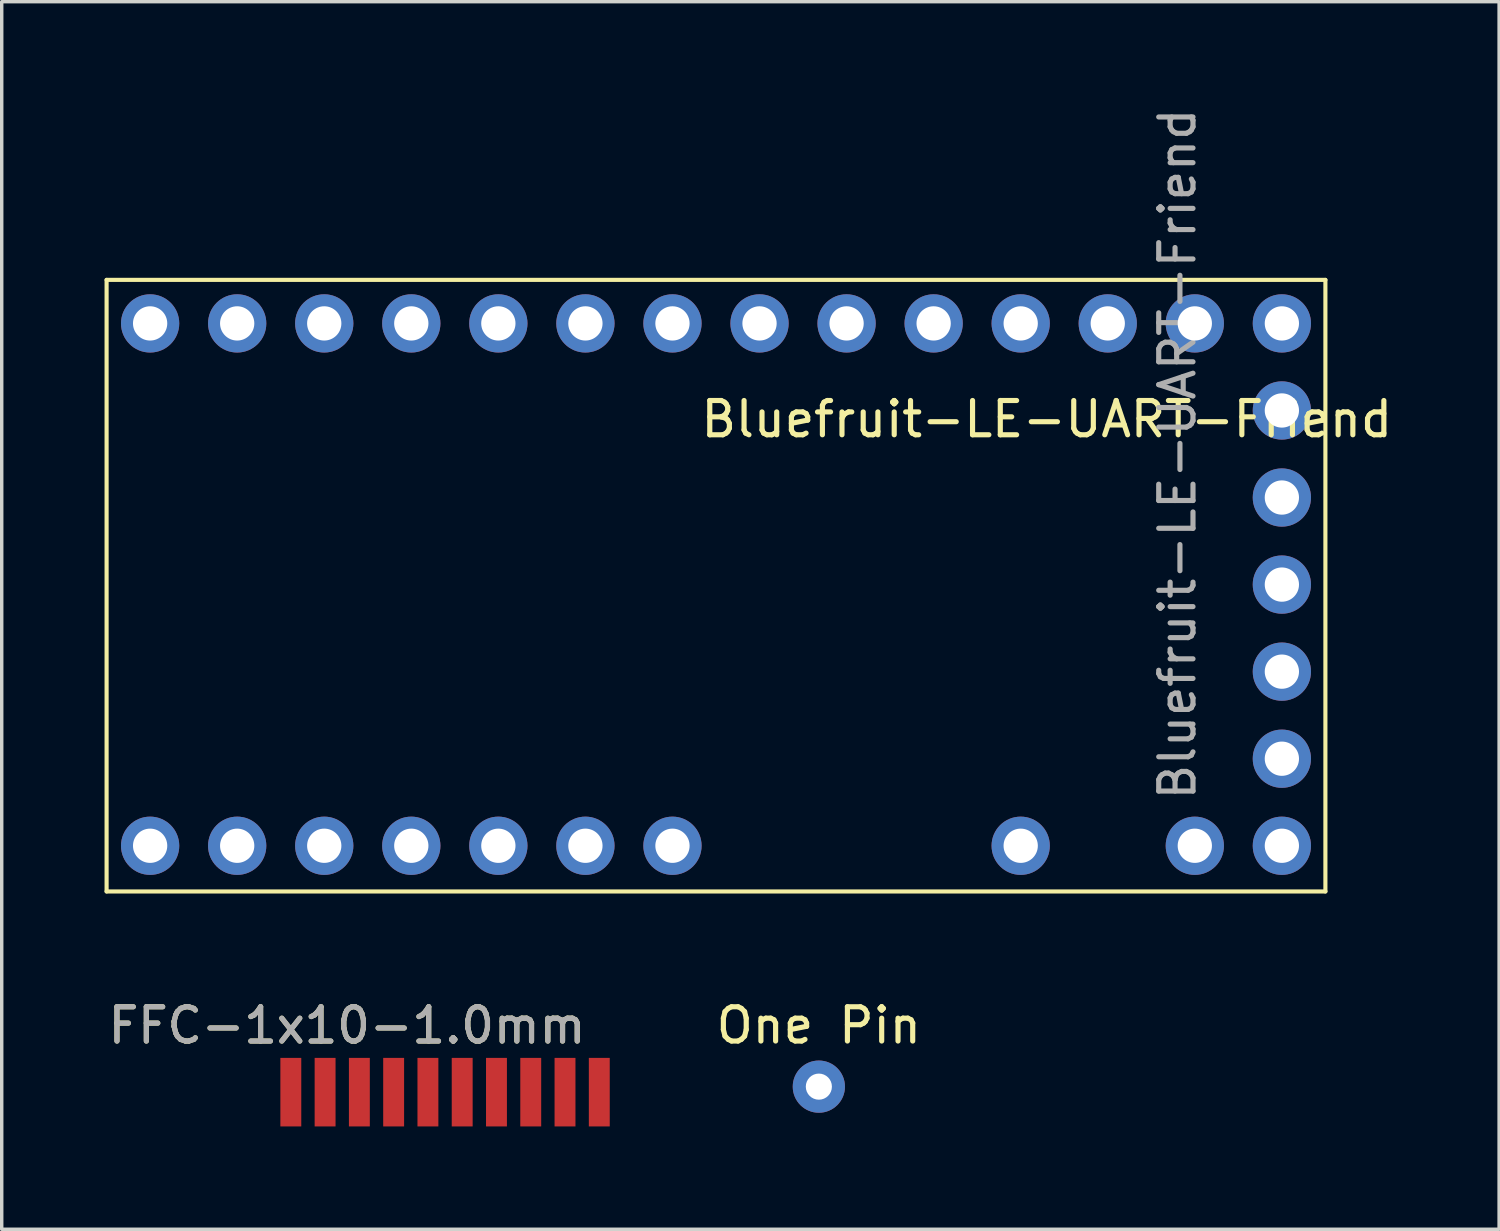
<source format=kicad_pcb>
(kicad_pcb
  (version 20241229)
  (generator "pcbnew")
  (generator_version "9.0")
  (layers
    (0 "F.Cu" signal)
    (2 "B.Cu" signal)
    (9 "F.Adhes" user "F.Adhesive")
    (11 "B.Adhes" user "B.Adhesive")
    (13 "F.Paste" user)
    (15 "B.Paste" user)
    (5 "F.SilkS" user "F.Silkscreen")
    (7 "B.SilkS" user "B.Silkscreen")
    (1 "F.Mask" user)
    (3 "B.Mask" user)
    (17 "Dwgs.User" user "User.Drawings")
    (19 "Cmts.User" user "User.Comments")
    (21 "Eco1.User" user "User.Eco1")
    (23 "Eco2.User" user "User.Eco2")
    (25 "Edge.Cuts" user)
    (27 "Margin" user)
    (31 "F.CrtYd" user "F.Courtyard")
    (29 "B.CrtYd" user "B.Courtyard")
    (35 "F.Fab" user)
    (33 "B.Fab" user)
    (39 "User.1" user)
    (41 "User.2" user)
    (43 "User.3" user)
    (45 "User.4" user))
  (footprint "Bluefruit-LE-UART-Friend"
    (layer "F.Cu")
    (at 34.35 3.846)
    (property "Reference" "Bluefruit-LE-UART-Friend" (at -6.858 5.334 0) (layer "F.SilkS") (effects (font (size 1 1) (thickness 0.15))))
    (attr through_hole)
    (fp_line (start -34.29 1.27) (end 1.27 1.27) (stroke (width 0.12) (type solid)) (layer "F.SilkS"))
    (fp_line (start -34.29 19.113) (end -34.29 1.27) (stroke (width 0.12) (type solid)) (layer "F.SilkS"))
    (fp_line (start 1.27 1.27) (end 1.27 19.113) (stroke (width 0.12) (type solid)) (layer "F.SilkS"))
    (fp_line (start 1.27 19.113) (end -34.29 19.113) (stroke (width 0.12) (type solid)) (layer "F.SilkS"))
    (fp_text user "${REFERENCE}" (at -3.048 6.35 90) (layer "F.Fab") (effects (font (size 1 1) (thickness 0.15))))
    (pad "0" thru_hole oval (at 0 2.54) (size 1.7 1.7) (drill 1) (layers "*.Cu" "*.Mask"))
    (pad "1" thru_hole oval (at -33.02 2.54) (size 1.7 1.7) (drill 1) (layers "*.Cu" "*.Mask"))
    (pad "1" thru_hole oval (at -2.54 2.54) (size 1.7 1.7) (drill 1) (layers "*.Cu" "*.Mask"))
    (pad "2" thru_hole oval (at -30.48 2.54) (size 1.7 1.7) (drill 1) (layers "*.Cu" "*.Mask"))
    (pad "2" thru_hole oval (at -5.08 2.54) (size 1.7 1.7) (drill 1) (layers "*.Cu" "*.Mask"))
    (pad "3" thru_hole oval (at -27.94 2.54) (size 1.7 1.7) (drill 1) (layers "*.Cu" "*.Mask"))
    (pad "3" thru_hole oval (at -7.62 2.54) (size 1.7 1.7) (drill 1) (layers "*.Cu" "*.Mask"))
    (pad "4" thru_hole oval (at 0 5.08) (size 1.7 1.7) (drill 1) (layers "*.Cu" "*.Mask"))
    (pad "5" thru_hole oval (at -10.16 2.54) (size 1.7 1.7) (drill 1) (layers "*.Cu" "*.Mask"))
    (pad "6" thru_hole oval (at 0 7.62) (size 1.7 1.7) (drill 1) (layers "*.Cu" "*.Mask"))
    (pad "7" thru_hole oval (at -12.7 2.54) (size 1.7 1.7) (drill 1) (layers "*.Cu" "*.Mask"))
    (pad "8" thru_hole oval (at 0 10.16) (size 1.7 1.7) (drill 1) (layers "*.Cu" "*.Mask"))
    (pad "9" thru_hole oval (at -15.24 2.54) (size 1.7 1.7) (drill 1) (layers "*.Cu" "*.Mask"))
    (pad "10" thru_hole oval (at -17.78 2.54) (size 1.7 1.7) (drill 1) (layers "*.Cu" "*.Mask"))
    (pad "11" thru_hole oval (at -20.32 2.54) (size 1.7 1.7) (drill 1) (layers "*.Cu" "*.Mask"))
    (pad "12" thru_hole oval (at -22.86 2.54) (size 1.7 1.7) (drill 1) (layers "*.Cu" "*.Mask"))
    (pad "13" thru_hole oval (at -25.4 2.54) (size 1.7 1.7) (drill 1) (layers "*.Cu" "*.Mask"))
    (pad "18" thru_hole oval (at 0 12.7) (size 1.7 1.7) (drill 1) (layers "*.Cu" "*.Mask"))
    (pad "19" thru_hole oval (at 0 15.24) (size 1.7 1.7) (drill 1) (layers "*.Cu" "*.Mask"))
    (pad "20" thru_hole oval (at 0 17.78) (size 1.7 1.7) (drill 1) (layers "*.Cu" "*.Mask"))
    (pad "27" thru_hole oval (at -17.78 17.78) (size 1.7 1.7) (drill 1) (layers "*.Cu" "*.Mask"))
    (pad "29" thru_hole oval (at -22.86 17.78) (size 1.7 1.7) (drill 1) (layers "*.Cu" "*.Mask"))
    (pad "30" thru_hole oval (at -25.4 17.78) (size 1.7 1.7) (drill 1) (layers "*.Cu" "*.Mask"))
    (pad "31" thru_hole oval (at -27.94 17.78) (size 1.7 1.7) (drill 1) (layers "*.Cu" "*.Mask"))
    (pad "32" thru_hole oval (at -30.48 17.78) (size 1.7 1.7) (drill 1) (layers "*.Cu" "*.Mask"))
    (pad "33" thru_hole oval (at -33.02 17.78) (size 1.7 1.7) (drill 1) (layers "*.Cu" "*.Mask"))
    (pad "A1" thru_hole oval (at -20.32 17.78) (size 1.7 1.7) (drill 1) (layers "*.Cu" "*.Mask"))
    (pad "MISO" thru_hole oval (at -2.54 17.78) (size 1.7 1.7) (drill 1) (layers "*.Cu" "*.Mask"))
    (pad "SCK" thru_hole oval (at -7.62 17.78) (size 1.7 1.7) (drill 1) (layers "*.Cu" "*.Mask")))
  (footprint "FFC-1x10-1.0mm"
    (layer "F.Cu")
    (at 5.236 26.297)
    (property "Reference" "FFC-1x10-1.0mm" (at 1.841 0.572 0) (layer "F.SilkS") (effects (font (size 1 1) (thickness 0.15))))
    (attr smd)
    (fp_text user "${REFERENCE}" (at 1.841 0.572 0) (layer "F.Fab") (effects (font (size 1 1) (thickness 0.15))))
    (pad "1" smd rect (at 0.199 2.518) (size 0.61 2) (layers "F.Cu" "F.Mask" "F.Paste"))
    (pad "2" smd rect (at 1.199 2.518) (size 0.61 2) (layers "F.Cu" "F.Mask" "F.Paste"))
    (pad "3" smd rect (at 2.199 2.518) (size 0.61 2) (layers "F.Cu" "F.Mask" "F.Paste"))
    (pad "4" smd rect (at 3.199 2.518) (size 0.61 2) (layers "F.Cu" "F.Mask" "F.Paste"))
    (pad "5" smd rect (at 4.199 2.518) (size 0.61 2) (layers "F.Cu" "F.Mask" "F.Paste"))
    (pad "6" smd rect (at 5.199 2.518) (size 0.61 2) (layers "F.Cu" "F.Mask" "F.Paste"))
    (pad "7" smd rect (at 6.199 2.518) (size 0.61 2) (layers "F.Cu" "F.Mask" "F.Paste"))
    (pad "8" smd rect (at 7.199 2.518) (size 0.61 2) (layers "F.Cu" "F.Mask" "F.Paste"))
    (pad "9" smd rect (at 8.199 2.518) (size 0.61 2) (layers "F.Cu" "F.Mask" "F.Paste"))
    (pad "10" smd rect (at 9.199 2.518) (size 0.61 2) (layers "F.Cu" "F.Mask" "F.Paste")))
  (footprint "One Pin"
    (layer "F.Cu")
    (at 20.841 26.368)
    (property "Reference" "One Pin" (at 0 0.5 0) (layer "F.SilkS") (effects (font (size 1 1) (thickness 0.15))))
    (attr through_hole)
    (pad "1" thru_hole circle (at 0 2.286) (size 1.524 1.524) (drill 0.762) (layers "*.Cu" "*.Mask")))
  (gr_rect
    (start -3 -3)
    (end 40.688 32.815)
    (stroke (width 0.1) (type default))
    (fill no)
    (layer "Edge.Cuts")))
</source>
